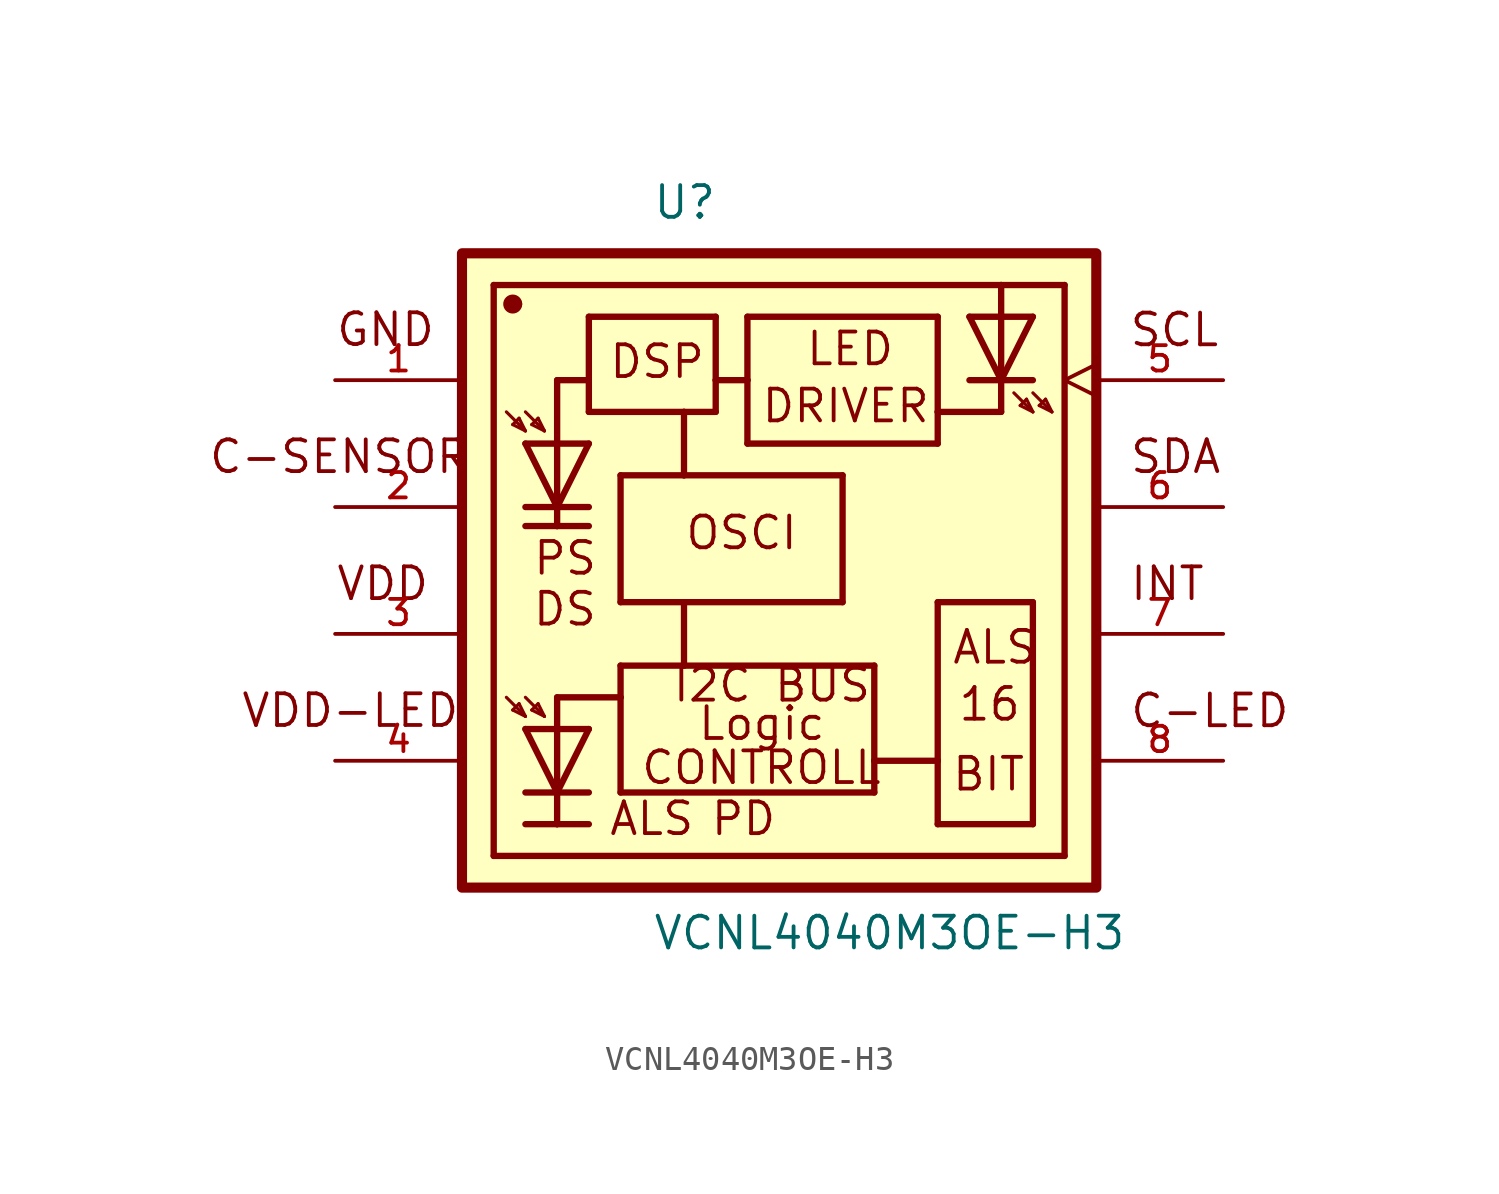
<source format=kicad_sym>
(kicad_symbol_lib
  (version 20211014)
  (generator kicad_symbol_editor)
  (symbol "VCNL4040M3OE-H3"
    (pin_names
      (offset 1.016))
    (property "Reference" "U"
      (at -5.09 13.998 0)
      (effects (font (size 1.27 1.27)) (justify bottom left)))
    (property "Value" "VCNL4040M3OE-H3"
      (at -5.086 -15.257 0)
      (effects (font (size 1.27 1.27)) (justify bottom left)))
    (symbol "VCNL4040M3OE-H3_0_0"
      (polyline (pts (xy -11.43 11.43) (xy 8.89 11.43)) (stroke (width 0.254)))
      (polyline (pts (xy 8.89 11.43) (xy 11.43 11.43)) (stroke (width 0.254)))
      (polyline (pts (xy 11.43 11.43) (xy 11.43 -11.43)) (stroke (width 0.254)))
      (polyline (pts (xy 11.43 -11.43) (xy -11.43 -11.43)) (stroke (width 0.254)))
      (polyline (pts (xy -11.43 -11.43) (xy -11.43 11.43)) (stroke (width 0.254)))
      (text "VDD" (at -17.789 -1.271 0) (effects (font (size 1.271 1.271)) (justify bottom left)))
      (text "C-LED" (at 13.997 -6.362 0) (effects (font (size 1.272 1.272)) (justify bottom left)))
      (text "INT" (at 13.991 -1.272 0) (effects (font (size 1.272 1.272)) (justify bottom left)))
      (text "SDA" (at 13.991 3.816 0) (effects (font (size 1.272 1.272)) (justify bottom left)))
      (text "SCL" (at 13.974 8.892 0) (effects (font (size 1.27 1.27)) (justify bottom left)))
      (text "GND" (at -17.801 8.901 0) (effects (font (size 1.272 1.272)) (justify bottom left)))
      (text "C-SENSOR" (at -22.893 3.815 0) (effects (font (size 1.272 1.272)) (justify bottom left)))
      (text "VDD-LED" (at -21.595 -6.351 0) (effects (font (size 1.27 1.27)) (justify bottom left)))
      (polyline (pts (xy 10.16 -10.16) (xy 6.35 -10.16)) (stroke (width 0.254)))
      (polyline (pts (xy 6.35 -10.16) (xy 6.35 -7.62)) (stroke (width 0.254)))
      (polyline (pts (xy 6.35 -7.62) (xy 6.35 -1.27)) (stroke (width 0.254)))
      (polyline (pts (xy 6.35 -1.27) (xy 10.16 -1.27)) (stroke (width 0.254)))
      (polyline (pts (xy 10.16 -1.27) (xy 10.16 -10.16)) (stroke (width 0.254)))
      (polyline (pts (xy 3.81 -8.89) (xy 3.81 -7.62)) (stroke (width 0.254)))
      (polyline (pts (xy 3.81 -7.62) (xy 3.81 -3.81)) (stroke (width 0.254)))
      (polyline (pts (xy 3.81 -3.81) (xy -3.81 -3.81)) (stroke (width 0.254)))
      (polyline (pts (xy -3.81 -3.81) (xy -6.35 -3.81)) (stroke (width 0.254)))
      (polyline (pts (xy -6.35 -3.81) (xy -6.35 -5.08)) (stroke (width 0.254)))
      (polyline (pts (xy -6.35 -5.08) (xy -6.35 -8.89)) (stroke (width 0.254)))
      (polyline (pts (xy -6.35 -8.89) (xy 3.81 -8.89)) (stroke (width 0.254)))
      (polyline (pts (xy -7.62 10.16) (xy -7.62 7.62)) (stroke (width 0.254)))
      (polyline (pts (xy -7.62 7.62) (xy -7.62 6.35)) (stroke (width 0.254)))
      (polyline (pts (xy -7.62 6.35) (xy -3.81 6.35)) (stroke (width 0.254)))
      (polyline (pts (xy -3.81 6.35) (xy -2.54 6.35)) (stroke (width 0.254)))
      (polyline (pts (xy -2.54 6.35) (xy -2.54 7.62)) (stroke (width 0.254)))
      (polyline (pts (xy -2.54 7.62) (xy -2.54 10.16)) (stroke (width 0.254)))
      (polyline (pts (xy -2.54 10.16) (xy -7.62 10.16)) (stroke (width 0.254)))
      (polyline (pts (xy -6.35 3.81) (xy -6.35 -1.27)) (stroke (width 0.254)))
      (polyline (pts (xy -6.35 -1.27) (xy -3.81 -1.27)) (stroke (width 0.254)))
      (polyline (pts (xy -3.81 -1.27) (xy 2.54 -1.27)) (stroke (width 0.254)))
      (polyline (pts (xy 2.54 -1.27) (xy 2.54 3.81)) (stroke (width 0.254)))
      (polyline (pts (xy 2.54 3.81) (xy -3.81 3.81)) (stroke (width 0.254)))
      (polyline (pts (xy -3.81 3.81) (xy -6.35 3.81)) (stroke (width 0.254)))
      (polyline (pts (xy -3.81 6.35) (xy -3.81 3.81)) (stroke (width 0.254)))
      (polyline (pts (xy -3.81 -1.27) (xy -3.81 -3.81)) (stroke (width 0.254)))
      (polyline (pts (xy 3.81 -7.62) (xy 6.35 -7.62)) (stroke (width 0.254)))
      (polyline (pts (xy -1.27 10.16) (xy -1.27 7.62)) (stroke (width 0.254)))
      (polyline (pts (xy -1.27 7.62) (xy -1.27 5.08)) (stroke (width 0.254)))
      (polyline (pts (xy -1.27 5.08) (xy 6.35 5.08)) (stroke (width 0.254)))
      (polyline (pts (xy 6.35 5.08) (xy 6.35 6.35)) (stroke (width 0.254)))
      (polyline (pts (xy 6.35 6.35) (xy 6.35 10.16)) (stroke (width 0.254)))
      (polyline (pts (xy 6.35 10.16) (xy -1.27 10.16)) (stroke (width 0.254)))
      (polyline (pts (xy 6.35 6.35) (xy 8.89 6.35)) (stroke (width 0.254)))
      (polyline (pts (xy 8.89 6.35) (xy 8.89 7.62)) (stroke (width 0.254)))
      (polyline (pts (xy 8.89 7.62) (xy 8.89 11.43)) (stroke (width 0.254)))
      (polyline (pts (xy -1.27 7.62) (xy -2.54 7.62)) (stroke (width 0.254)))
      (polyline (pts (xy -7.62 7.62) (xy -8.89 7.62)) (stroke (width 0.254)))
      (polyline (pts (xy -8.89 7.62) (xy -8.89 2.54)) (stroke (width 0.254)))
      (polyline (pts (xy -8.89 2.54) (xy -8.89 1.778)) (stroke (width 0.254)))
      (polyline (pts (xy -8.89 1.778) (xy -10.16 1.778)) (stroke (width 0.254)))
      (polyline (pts (xy -8.89 1.778) (xy -7.62 1.778)) (stroke (width 0.254)))
      (polyline (pts (xy -6.35 -5.08) (xy -8.89 -5.08)) (stroke (width 0.254)))
      (polyline (pts (xy -8.89 -5.08) (xy -8.89 -8.89)) (stroke (width 0.254)))
      (polyline (pts (xy -8.89 -8.89) (xy -8.89 -10.16)) (stroke (width 0.254)))
      (polyline (pts (xy -8.89 -10.16) (xy -7.62 -10.16)) (stroke (width 0.254)))
      (polyline (pts (xy -8.89 -10.16) (xy -10.16 -10.16)) (stroke (width 0.254)))
      (text "DSP" (at -6.861 7.623 0) (effects (font (size 1.27 1.27)) (justify bottom left)))
      (text "LED" (at 1.017 8.133 0) (effects (font (size 1.271 1.271)) (justify bottom left)))
      (text "DRIVER" (at -0.763 5.846 0) (effects (font (size 1.271 1.271)) (justify bottom left)))
      (text "OSCI" (at -3.817 0.763 0) (effects (font (size 1.272 1.272)) (justify bottom left)))
      (text "I2C BUS" (at -4.319 -5.335 0) (effects (font (size 1.27 1.27)) (justify bottom left)))
      (text "CONTROLL" (at -5.588 -8.636 0) (effects (font (size 1.27 1.27)) (justify bottom left)))
      (text "Logic" (at -3.308 -6.871 0) (effects (font (size 1.272 1.272)) (justify bottom left)))
      (text "ALS" (at 6.871 -3.817 0) (effects (font (size 1.272 1.272)) (justify bottom left)))
      (text "16" (at 7.116 -6.1 0) (effects (font (size 1.271 1.271)) (justify bottom left)))
      (text "BIT" (at 6.864 -8.898 0) (effects (font (size 1.271 1.271)) (justify bottom left)))
      (polyline (pts (xy -8.89 2.54) (xy -10.16 5.08)) (stroke (width 0.254)))
      (polyline (pts (xy -10.16 5.08) (xy -7.62 5.08)) (stroke (width 0.254)))
      (polyline (pts (xy -7.62 5.08) (xy -8.89 2.54)) (stroke (width 0.254)))
      (polyline (pts (xy -10.16 2.54) (xy -7.62 2.54)) (stroke (width 0.254)))
      (polyline (pts (xy -7.62 -6.35) (xy -10.16 -6.35)) (stroke (width 0.254)))
      (polyline (pts (xy -10.16 -6.35) (xy -8.89 -8.89)) (stroke (width 0.254)))
      (polyline (pts (xy -8.89 -8.89) (xy -7.62 -6.35)) (stroke (width 0.254)))
      (polyline (pts (xy -7.62 -8.89) (xy -10.16 -8.89)) (stroke (width 0.254)))
      (polyline (pts (xy 10.16 10.16) (xy 7.62 10.16)) (stroke (width 0.254)))
      (polyline (pts (xy 7.62 10.16) (xy 8.89 7.62)) (stroke (width 0.254)))
      (polyline (pts (xy 8.89 7.62) (xy 10.16 10.16)) (stroke (width 0.254)))
      (polyline (pts (xy 7.62 7.62) (xy 10.16 7.62)) (stroke (width 0.254)))
      (polyline (pts (xy 9.398 7.112) (xy 10.16 6.35)) (stroke (width 0.127)))
      (polyline (pts (xy 10.16 6.35) (xy 9.906 6.858)) (stroke (width 0.127)))
      (polyline (pts (xy 9.906 6.858) (xy 9.652 6.604)) (stroke (width 0.127)))
      (polyline (pts (xy 9.652 6.604) (xy 10.16 6.35)) (stroke (width 0.127)))
      (polyline (pts (xy 10.16 7.112) (xy 10.922 6.35)) (stroke (width 0.127)))
      (polyline (pts (xy 10.922 6.35) (xy 10.668 6.858)) (stroke (width 0.127)))
      (polyline (pts (xy 10.668 6.858) (xy 10.414 6.604)) (stroke (width 0.127)))
      (polyline (pts (xy 10.414 6.604) (xy 10.922 6.35)) (stroke (width 0.127)))
      (polyline (pts (xy -10.922 6.35) (xy -10.16 5.588)) (stroke (width 0.127)))
      (polyline (pts (xy -10.16 5.588) (xy -10.414 6.096)) (stroke (width 0.127)))
      (polyline (pts (xy -10.414 6.096) (xy -10.668 5.842)) (stroke (width 0.127)))
      (polyline (pts (xy -10.668 5.842) (xy -10.16 5.588)) (stroke (width 0.127)))
      (polyline (pts (xy -10.16 6.35) (xy -9.398 5.588)) (stroke (width 0.127)))
      (polyline (pts (xy -9.398 5.588) (xy -9.652 6.096)) (stroke (width 0.127)))
      (polyline (pts (xy -9.652 6.096) (xy -9.906 5.842)) (stroke (width 0.127)))
      (polyline (pts (xy -9.906 5.842) (xy -9.398 5.588)) (stroke (width 0.127)))
      (polyline (pts (xy -10.922 -5.08) (xy -10.16 -5.842)) (stroke (width 0.127)))
      (polyline (pts (xy -10.16 -5.842) (xy -10.414 -5.334)) (stroke (width 0.127)))
      (polyline (pts (xy -10.414 -5.334) (xy -10.668 -5.588)) (stroke (width 0.127)))
      (polyline (pts (xy -10.668 -5.588) (xy -10.16 -5.842)) (stroke (width 0.127)))
      (polyline (pts (xy -10.16 -5.08) (xy -9.398 -5.842)) (stroke (width 0.127)))
      (polyline (pts (xy -9.398 -5.842) (xy -9.652 -5.334)) (stroke (width 0.127)))
      (polyline (pts (xy -9.652 -5.334) (xy -9.906 -5.588)) (stroke (width 0.127)))
      (polyline (pts (xy -9.906 -5.588) (xy -9.398 -5.842)) (stroke (width 0.127)))
      (text "DS" (at -9.922 -2.29 0) (effects (font (size 1.272 1.272)) (justify bottom left)))
      (text "PS" (at -9.911 -0.254 0) (effects (font (size 1.271 1.271)) (justify bottom left)))
      (text "ALS" (at -6.865 -10.68 0) (effects (font (size 1.271 1.271)) (justify bottom left)))
      (text "PD" (at -2.798 -10.683 0) (effects (font (size 1.272 1.272)) (justify bottom left)))
      (circle (center -10.668 10.668) (radius 0.254) (stroke (width 0.254)) (fill (type none)))
      (circle (center -10.668 10.668) (radius 0.18) (stroke (width 0.254)) (fill (type none)))
      (circle (center -10.541 10.668) (radius 0.127) (stroke (width 0.254)) (fill (type none)))
      (rectangle (start -12.7 -12.7) (end 12.7 12.7) (stroke (width 0.406)) (fill (type background)))
      (pin output line (at -17.78 2.54 0) (length 5.08) (name "~" (effects (font (size 1.016 1.016)))) (number "2" (effects (font (size 1.016 1.016)))))
      (pin power_in line (at -17.78 -2.54 0) (length 5.08) (name "~" (effects (font (size 1.016 1.016)))) (number "3" (effects (font (size 1.016 1.016)))))
      (pin power_in line (at -17.78 -7.62 0) (length 5.08) (name "~" (effects (font (size 1.016 1.016)))) (number "4" (effects (font (size 1.016 1.016)))))
      (pin input clock (at 17.78 7.62 180.0) (length 5.08) (name "~" (effects (font (size 1.016 1.016)))) (number "5" (effects (font (size 1.016 1.016)))))
      (pin bidirectional line (at 17.78 2.54 180.0) (length 5.08) (name "~" (effects (font (size 1.016 1.016)))) (number "6" (effects (font (size 1.016 1.016)))))
      (pin output line (at 17.78 -2.54 180.0) (length 5.08) (name "~" (effects (font (size 1.016 1.016)))) (number "7" (effects (font (size 1.016 1.016)))))
      (pin output line (at 17.78 -7.62 180.0) (length 5.08) (name "~" (effects (font (size 1.016 1.016)))) (number "8" (effects (font (size 1.016 1.016)))))
      (pin power_in line (at -17.78 7.62 0) (length 5.08) (name "~" (effects (font (size 1.016 1.016)))) (number "1" (effects (font (size 1.016 1.016))))))))
</source>
